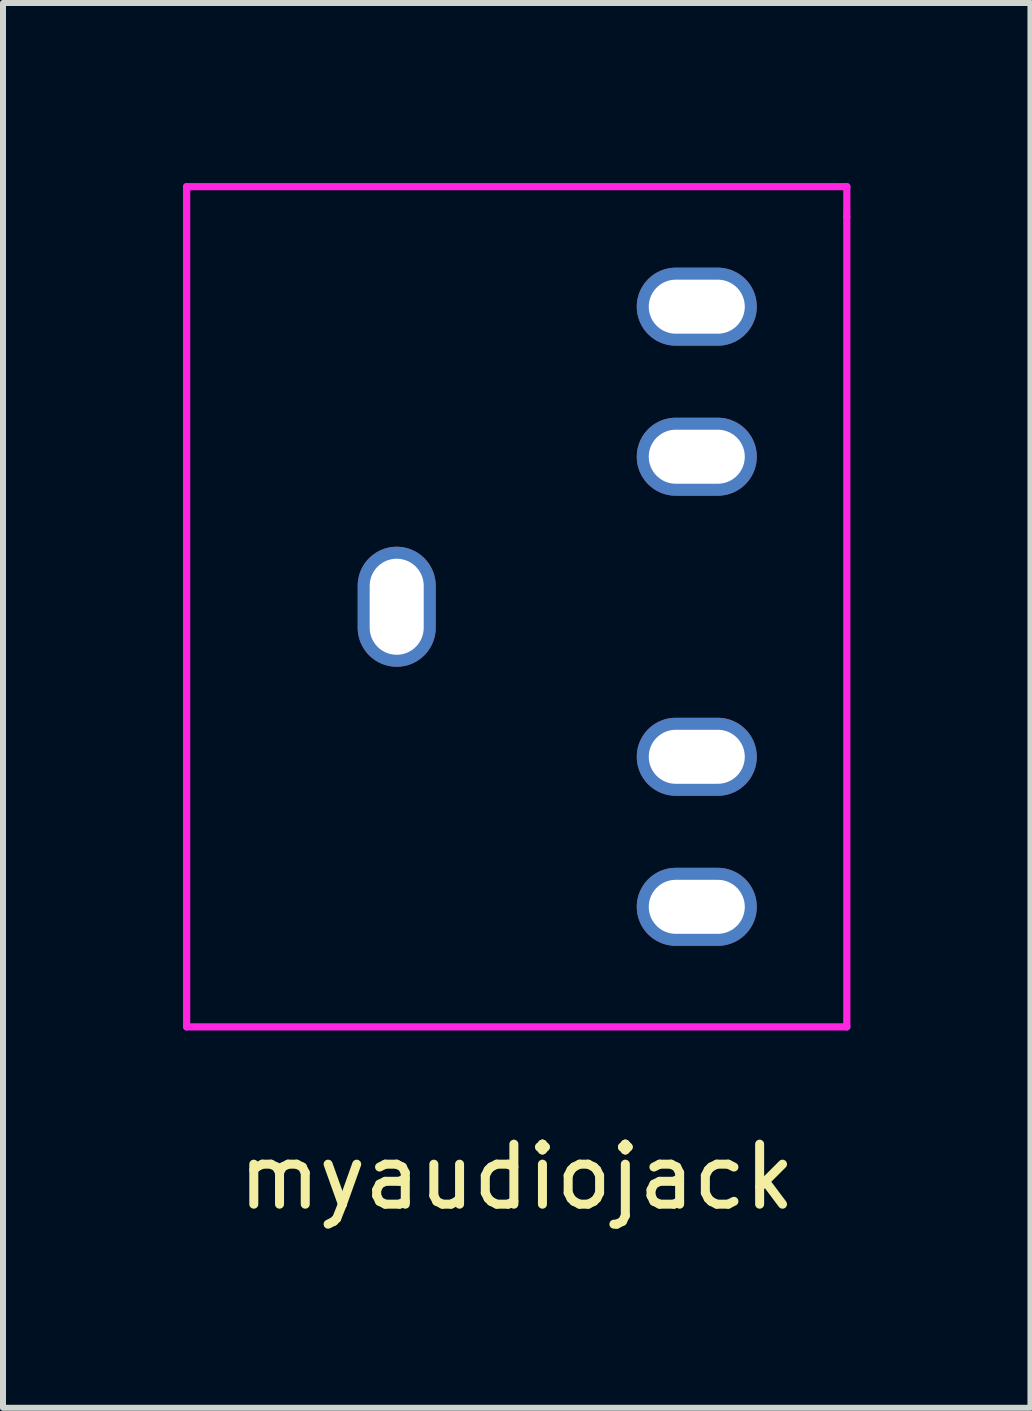
<source format=kicad_pcb>
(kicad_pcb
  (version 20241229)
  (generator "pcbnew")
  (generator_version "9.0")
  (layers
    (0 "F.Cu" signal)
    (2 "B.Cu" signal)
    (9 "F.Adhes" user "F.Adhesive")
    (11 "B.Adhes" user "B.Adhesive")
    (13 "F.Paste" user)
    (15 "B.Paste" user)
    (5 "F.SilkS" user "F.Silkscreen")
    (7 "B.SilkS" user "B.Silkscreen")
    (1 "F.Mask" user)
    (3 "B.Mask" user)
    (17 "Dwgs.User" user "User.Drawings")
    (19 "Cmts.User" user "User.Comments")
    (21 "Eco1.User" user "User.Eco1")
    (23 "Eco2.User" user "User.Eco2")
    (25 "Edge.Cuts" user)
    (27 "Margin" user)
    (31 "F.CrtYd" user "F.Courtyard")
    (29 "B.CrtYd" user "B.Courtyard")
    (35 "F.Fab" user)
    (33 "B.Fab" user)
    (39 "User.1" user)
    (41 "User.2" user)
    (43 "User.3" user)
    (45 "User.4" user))
  (footprint "myaudiojack"
    (layer "F.Cu")
    (at 5.56 7.06)
    (property "Reference" "myaudiojack" (at 0 9.5 0) (layer "F.SilkS") (effects (font (size 1 1) (thickness 0.15))))
    (attr through_hole)
    (fp_line (start -5.5 -7) (end -5.5 7) (stroke (width 0.12) (type solid)) (layer "F.CrtYd"))
    (fp_line (start -5.5 -7) (end 5.5 -7) (stroke (width 0.12) (type solid)) (layer "F.CrtYd"))
    (fp_line (start -5.5 7) (end 5.5 7) (stroke (width 0.12) (type solid)) (layer "F.CrtYd"))
    (fp_line (start 5.5 -7) (end 5.5 -6.5) (stroke (width 0.12) (type solid)) (layer "F.CrtYd"))
    (fp_line (start 5.5 -6.5) (end 5.5 7) (stroke (width 0.12) (type solid)) (layer "F.CrtYd"))
    (pad "1" thru_hole oval (at -2 0 90) (size 2 1.3) (drill oval 1.6 0.9) (layers "*.Cu" "*.Mask"))
    (pad "2" thru_hole oval (at 3 -5) (size 2 1.3) (drill oval 1.6 0.9) (layers "*.Cu" "*.Mask"))
    (pad "3" thru_hole oval (at 3 -2.5) (size 2 1.3) (drill oval 1.6 0.9) (layers "*.Cu" "*.Mask"))
    (pad "4" thru_hole oval (at 3 2.5) (size 2 1.3) (drill oval 1.6 0.9) (layers "*.Cu" "*.Mask"))
    (pad "5" thru_hole oval (at 3 5) (size 2 1.3) (drill oval 1.6 0.9) (layers "*.Cu" "*.Mask")))
  (gr_rect
    (start -3 -3)
    (end 14.12 20.408)
    (stroke (width 0.1) (type default))
    (fill no)
    (layer "Edge.Cuts")))
</source>
